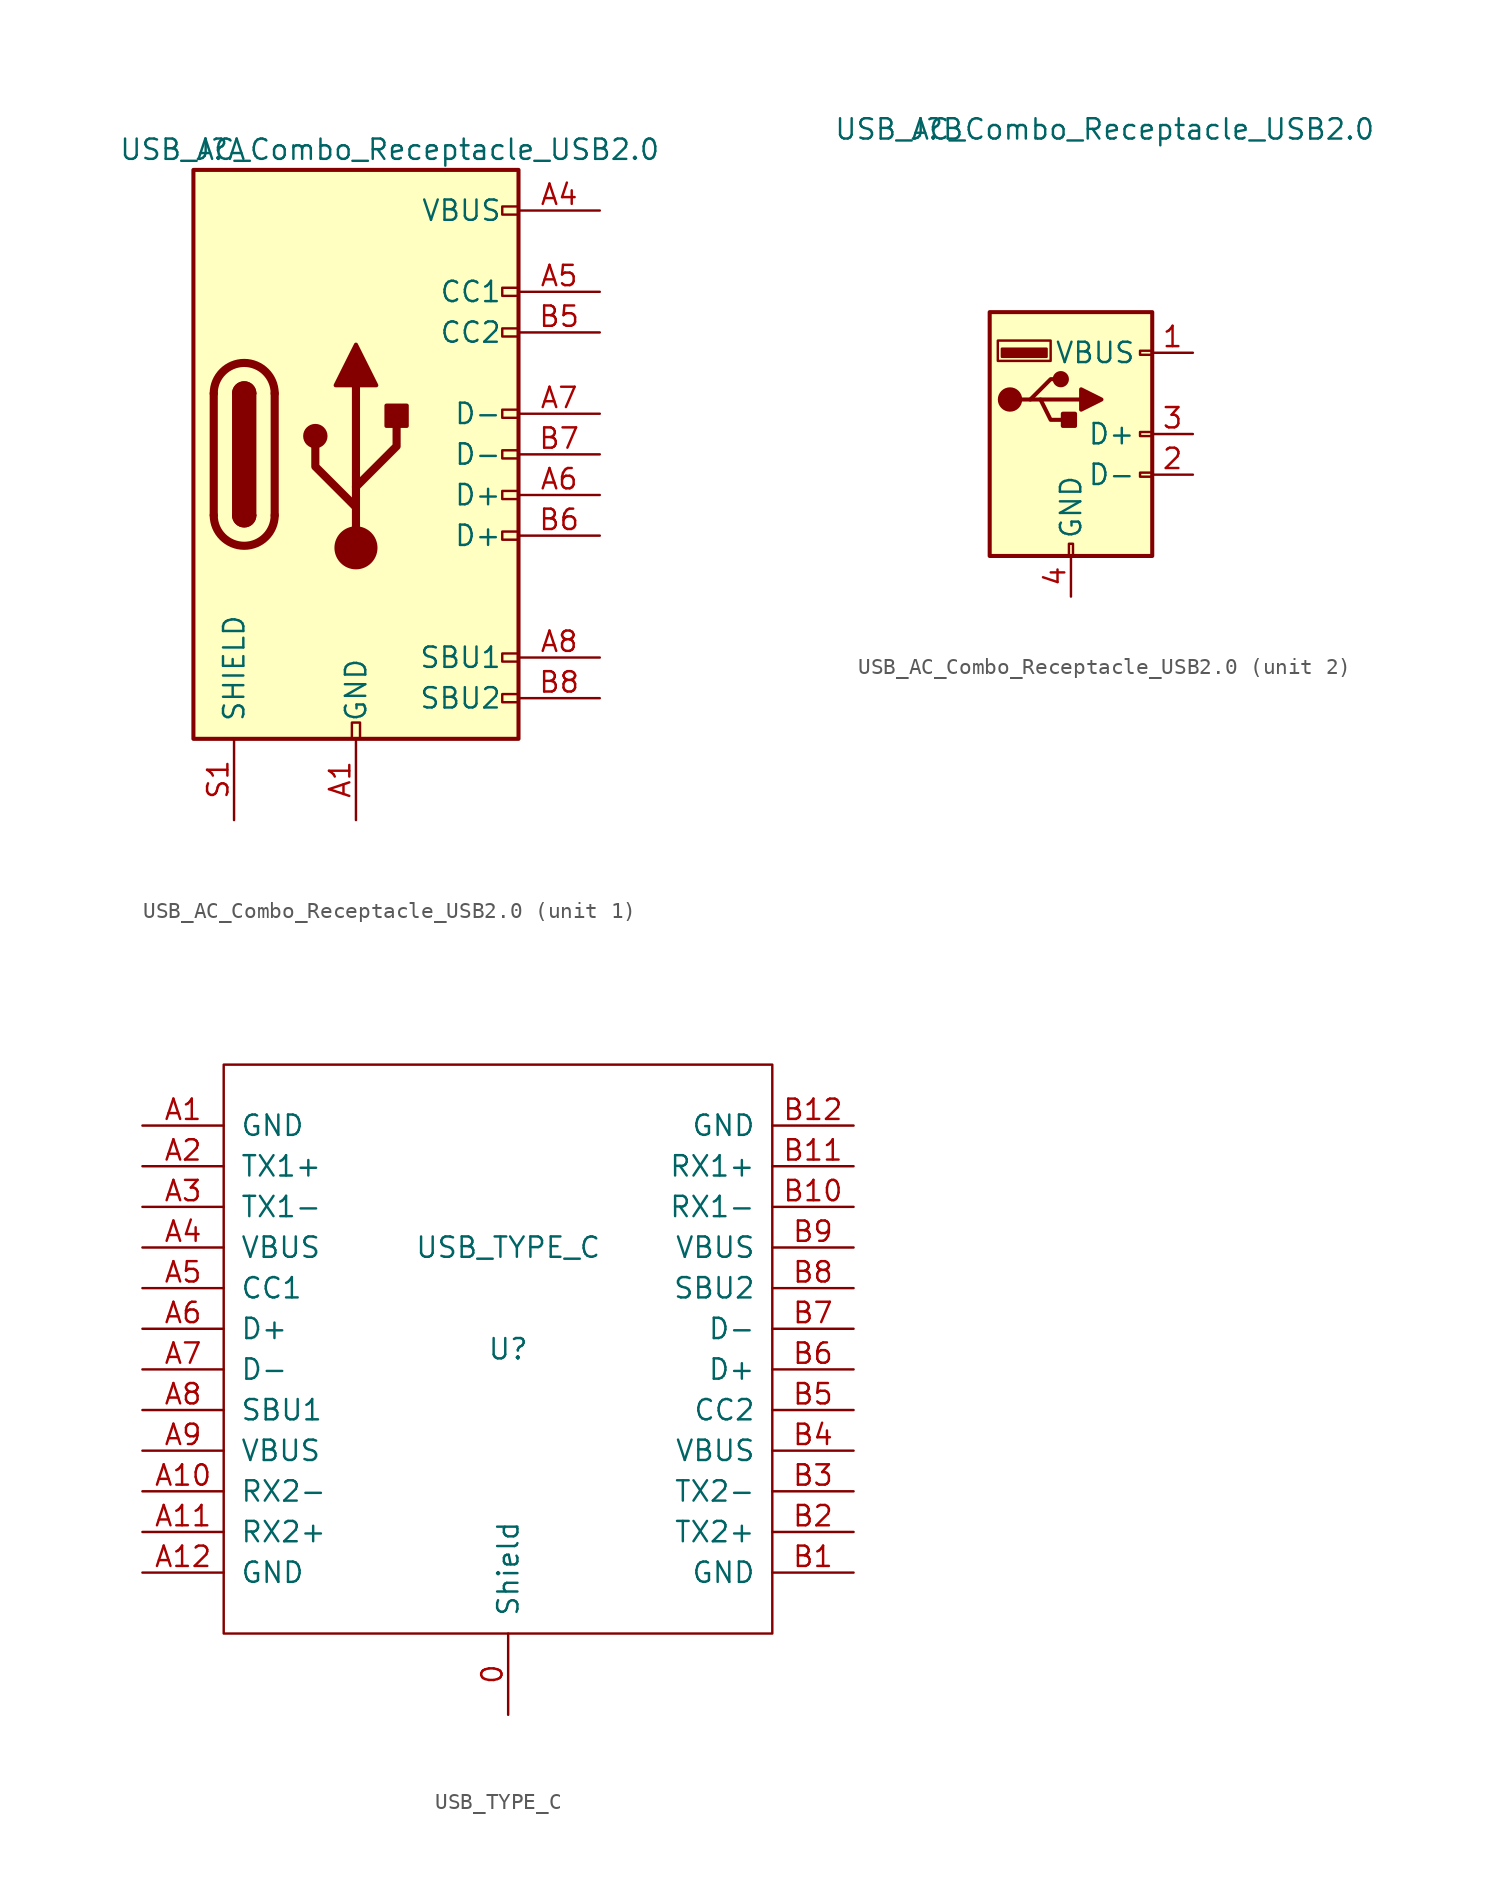
<source format=kicad_sym>
(kicad_symbol_lib
  (version 20211014)
  (generator kicad_symbol_editor)
  (symbol "USB_AC_Combo_Receptacle_USB2.0"
    (pin_names
      (offset 1.016))
    (property "Reference" "J"
      (at -10.16 19.05 0)
      (effects (font (size 1.27 1.27)) (justify left)))
    (property "Value" "USB_AC_Combo_Receptacle_USB2.0"
      (at 19.05 19.05 0)
      (effects (font (size 1.27 1.27)) (justify right)))
    (property "ki_locked" ""
      (at 0 0 0)
      (effects (font (size 1.27 1.27))))
    (symbol "USB_AC_Combo_Receptacle_USB2.0_1_0"
      (rectangle (start -0.254 -17.78) (end 0.254 -16.764) (stroke (width 0) (type default) (color 0 0 0 0)) (fill (type none)))
      (rectangle (start 10.16 -14.986) (end 9.144 -15.494) (stroke (width 0) (type default) (color 0 0 0 0)) (fill (type none)))
      (rectangle (start 10.16 -12.446) (end 9.144 -12.954) (stroke (width 0) (type default) (color 0 0 0 0)) (fill (type none)))
      (rectangle (start 10.16 -4.826) (end 9.144 -5.334) (stroke (width 0) (type default) (color 0 0 0 0)) (fill (type none)))
      (rectangle (start 10.16 -2.286) (end 9.144 -2.794) (stroke (width 0) (type default) (color 0 0 0 0)) (fill (type none)))
      (rectangle (start 10.16 0.254) (end 9.144 -0.254) (stroke (width 0) (type default) (color 0 0 0 0)) (fill (type none)))
      (rectangle (start 10.16 2.794) (end 9.144 2.286) (stroke (width 0) (type default) (color 0 0 0 0)) (fill (type none)))
      (rectangle (start 10.16 7.874) (end 9.144 7.366) (stroke (width 0) (type default) (color 0 0 0 0)) (fill (type none)))
      (rectangle (start 10.16 10.414) (end 9.144 9.906) (stroke (width 0) (type default) (color 0 0 0 0)) (fill (type none)))
      (rectangle (start 10.16 15.494) (end 9.144 14.986) (stroke (width 0) (type default) (color 0 0 0 0)) (fill (type none))))
    (symbol "USB_AC_Combo_Receptacle_USB2.0_1_1"
      (rectangle (start -10.16 17.78) (end 10.16 -17.78) (stroke (width 0.254) (type default) (color 0 0 0 0)) (fill (type background)))
      (arc (start -8.89 -3.81) (mid -6.985 -5.715) (end -5.08 -3.81) (stroke (width 0.508) (type default) (color 0 0 0 0)) (fill (type none)))
      (arc (start -7.62 -3.81) (mid -6.985 -4.445) (end -6.35 -3.81) (stroke (width 0.254) (type default) (color 0 0 0 0)) (fill (type none)))
      (arc (start -7.62 -3.81) (mid -6.985 -4.445) (end -6.35 -3.81) (stroke (width 0.254) (type default) (color 0 0 0 0)) (fill (type outline)))
      (rectangle (start -7.62 -3.81) (end -6.35 3.81) (stroke (width 0.254) (type default) (color 0 0 0 0)) (fill (type outline)))
      (arc (start -6.35 3.81) (mid -6.985 4.445) (end -7.62 3.81) (stroke (width 0.254) (type default) (color 0 0 0 0)) (fill (type none)))
      (arc (start -6.35 3.81) (mid -6.985 4.445) (end -7.62 3.81) (stroke (width 0.254) (type default) (color 0 0 0 0)) (fill (type outline)))
      (arc (start -5.08 3.81) (mid -6.985 5.715) (end -8.89 3.81) (stroke (width 0.508) (type default) (color 0 0 0 0)) (fill (type none)))
      (circle (center -2.54 1.143) (radius 0.635) (stroke (width 0.254) (type default) (color 0 0 0 0)) (fill (type outline)))
      (circle (center 0 -5.842) (radius 1.27) (stroke (width 0) (type default) (color 0 0 0 0)) (fill (type outline)))
      (polyline (pts (xy -8.89 -3.81) (xy -8.89 3.81)) (stroke (width 0.508) (type default) (color 0 0 0 0)) (fill (type none)))
      (polyline (pts (xy -5.08 3.81) (xy -5.08 -3.81)) (stroke (width 0.508) (type default) (color 0 0 0 0)) (fill (type none)))
      (polyline (pts (xy 0 -5.842) (xy 0 4.318)) (stroke (width 0.508) (type default) (color 0 0 0 0)) (fill (type none)))
      (polyline (pts (xy 0 -3.302) (xy -2.54 -0.762) (xy -2.54 0.508)) (stroke (width 0.508) (type default) (color 0 0 0 0)) (fill (type none)))
      (polyline (pts (xy 0 -2.032) (xy 2.54 0.508) (xy 2.54 1.778)) (stroke (width 0.508) (type default) (color 0 0 0 0)) (fill (type none)))
      (polyline (pts (xy -1.27 4.318) (xy 0 6.858) (xy 1.27 4.318) (xy -1.27 4.318)) (stroke (width 0.254) (type default) (color 0 0 0 0)) (fill (type outline)))
      (rectangle (start 1.905 1.778) (end 3.175 3.048) (stroke (width 0.254) (type default) (color 0 0 0 0)) (fill (type outline)))
      (pin power_in line (at 0 -22.86 90) (length 5.08) (name "GND" (effects (font (size 1.27 1.27)))) (number "A1" (effects (font (size 1.27 1.27)))))
      (pin passive line (at 0 -22.86 90) (length 5.08) hide (name "GND" (effects (font (size 1.27 1.27)))) (number "A12" (effects (font (size 1.27 1.27)))))
      (pin power_in line (at 15.24 15.24 180) (length 5.08) (name "VBUS" (effects (font (size 1.27 1.27)))) (number "A4" (effects (font (size 1.27 1.27)))))
      (pin bidirectional line (at 15.24 10.16 180) (length 5.08) (name "CC1" (effects (font (size 1.27 1.27)))) (number "A5" (effects (font (size 1.27 1.27)))))
      (pin bidirectional line (at 15.24 -2.54 180) (length 5.08) (name "D+" (effects (font (size 1.27 1.27)))) (number "A6" (effects (font (size 1.27 1.27)))))
      (pin bidirectional line (at 15.24 2.54 180) (length 5.08) (name "D-" (effects (font (size 1.27 1.27)))) (number "A7" (effects (font (size 1.27 1.27)))))
      (pin bidirectional line (at 15.24 -12.7 180) (length 5.08) (name "SBU1" (effects (font (size 1.27 1.27)))) (number "A8" (effects (font (size 1.27 1.27)))))
      (pin passive line (at 15.24 15.24 180) (length 5.08) hide (name "VBUS" (effects (font (size 1.27 1.27)))) (number "A9" (effects (font (size 1.27 1.27)))))
      (pin passive line (at 0 -22.86 90) (length 5.08) hide (name "GND" (effects (font (size 1.27 1.27)))) (number "B1" (effects (font (size 1.27 1.27)))))
      (pin passive line (at 0 -22.86 90) (length 5.08) hide (name "GND" (effects (font (size 1.27 1.27)))) (number "B12" (effects (font (size 1.27 1.27)))))
      (pin passive line (at 15.24 15.24 180) (length 5.08) hide (name "VBUS" (effects (font (size 1.27 1.27)))) (number "B4" (effects (font (size 1.27 1.27)))))
      (pin bidirectional line (at 15.24 7.62 180) (length 5.08) (name "CC2" (effects (font (size 1.27 1.27)))) (number "B5" (effects (font (size 1.27 1.27)))))
      (pin bidirectional line (at 15.24 -5.08 180) (length 5.08) (name "D+" (effects (font (size 1.27 1.27)))) (number "B6" (effects (font (size 1.27 1.27)))))
      (pin bidirectional line (at 15.24 0 180) (length 5.08) (name "D-" (effects (font (size 1.27 1.27)))) (number "B7" (effects (font (size 1.27 1.27)))))
      (pin bidirectional line (at 15.24 -15.24 180) (length 5.08) (name "SBU2" (effects (font (size 1.27 1.27)))) (number "B8" (effects (font (size 1.27 1.27)))))
      (pin passive line (at 15.24 15.24 180) (length 5.08) hide (name "VBUS" (effects (font (size 1.27 1.27)))) (number "B9" (effects (font (size 1.27 1.27)))))
      (pin passive line (at -7.62 -22.86 90) (length 5.08) (name "SHIELD" (effects (font (size 1.27 1.27)))) (number "S1" (effects (font (size 1.27 1.27)))))
      (pin passive line (at -7.62 -22.86 90) (length 5.08) hide (name "SHIELD" (effects (font (size 1.27 1.27)))) (number "S2" (effects (font (size 1.27 1.27))))))
    (symbol "USB_AC_Combo_Receptacle_USB2.0_2_1"
      (rectangle (start -5.08 -7.62) (end 5.08 7.62) (stroke (width 0.254) (type default) (color 0 0 0 0)) (fill (type background)))
      (circle (center -3.81 2.159) (radius 0.635) (stroke (width 0.254) (type default) (color 0 0 0 0)) (fill (type outline)))
      (rectangle (start -1.524 4.826) (end -4.318 5.334) (stroke (width 0) (type default) (color 0 0 0 0)) (fill (type outline)))
      (rectangle (start -1.27 4.572) (end -4.572 5.842) (stroke (width 0) (type default) (color 0 0 0 0)) (fill (type none)))
      (circle (center -0.635 3.429) (radius 0.381) (stroke (width 0.254) (type default) (color 0 0 0 0)) (fill (type outline)))
      (rectangle (start -0.127 -7.62) (end 0.127 -6.858) (stroke (width 0) (type default) (color 0 0 0 0)) (fill (type none)))
      (polyline (pts (xy -1.905 2.159) (xy 0.635 2.159)) (stroke (width 0.254) (type default) (color 0 0 0 0)) (fill (type none)))
      (polyline (pts (xy -3.175 2.159) (xy -2.54 2.159) (xy -1.27 3.429) (xy -0.635 3.429)) (stroke (width 0.254) (type default) (color 0 0 0 0)) (fill (type none)))
      (polyline (pts (xy -2.54 2.159) (xy -1.905 2.159) (xy -1.27 0.889) (xy 0 0.889)) (stroke (width 0.254) (type default) (color 0 0 0 0)) (fill (type none)))
      (polyline (pts (xy 0.635 2.794) (xy 0.635 1.524) (xy 1.905 2.159) (xy 0.635 2.794)) (stroke (width 0.254) (type default) (color 0 0 0 0)) (fill (type outline)))
      (rectangle (start 0.254 1.27) (end -0.508 0.508) (stroke (width 0.254) (type default) (color 0 0 0 0)) (fill (type outline)))
      (rectangle (start 5.08 -2.667) (end 4.318 -2.413) (stroke (width 0) (type default) (color 0 0 0 0)) (fill (type none)))
      (rectangle (start 5.08 -0.127) (end 4.318 0.127) (stroke (width 0) (type default) (color 0 0 0 0)) (fill (type none)))
      (rectangle (start 5.08 4.953) (end 4.318 5.207) (stroke (width 0) (type default) (color 0 0 0 0)) (fill (type none)))
      (pin power_in line (at 7.62 5.08 180) (length 2.54) (name "VBUS" (effects (font (size 1.27 1.27)))) (number "1" (effects (font (size 1.27 1.27)))))
      (pin passive line (at 7.62 -2.54 180) (length 2.54) (name "D-" (effects (font (size 1.27 1.27)))) (number "2" (effects (font (size 1.27 1.27)))))
      (pin passive line (at 7.62 0 180) (length 2.54) (name "D+" (effects (font (size 1.27 1.27)))) (number "3" (effects (font (size 1.27 1.27)))))
      (pin power_in line (at 0 -10.16 90) (length 2.54) (name "GND" (effects (font (size 1.27 1.27)))) (number "4" (effects (font (size 1.27 1.27)))))))
  (symbol "USB_TYPE_C"
    (pin_names
      (offset 1.016))
    (property "Reference" "U"
      (at 0 0 0)
      (effects (font (size 1.27 1.27))))
    (property "Value" "USB_TYPE_C"
      (at 0 6.35 0)
      (effects (font (size 1.27 1.27))))
    (symbol "USB_TYPE_C_0_1"
      (rectangle (start -17.78 17.78) (end 16.51 -17.78) (stroke (width 0) (type default) (color 0 0 0 0)) (fill (type none))))
    (symbol "USB_TYPE_C_1_1"
      (pin passive line (at 0 -22.86 90) (length 5.08) (name "Shield" (effects (font (size 1.27 1.27)))) (number "0" (effects (font (size 1.27 1.27)))))
      (pin input line (at -22.86 13.97 0) (length 5.08) (name "GND" (effects (font (size 1.27 1.27)))) (number "A1" (effects (font (size 1.27 1.27)))))
      (pin input line (at -22.86 -8.89 0) (length 5.08) (name "RX2-" (effects (font (size 1.27 1.27)))) (number "A10" (effects (font (size 1.27 1.27)))))
      (pin input line (at -22.86 -11.43 0) (length 5.08) (name "RX2+" (effects (font (size 1.27 1.27)))) (number "A11" (effects (font (size 1.27 1.27)))))
      (pin input line (at -22.86 -13.97 0) (length 5.08) (name "GND" (effects (font (size 1.27 1.27)))) (number "A12" (effects (font (size 1.27 1.27)))))
      (pin input line (at -22.86 11.43 0) (length 5.08) (name "TX1+" (effects (font (size 1.27 1.27)))) (number "A2" (effects (font (size 1.27 1.27)))))
      (pin input line (at -22.86 8.89 0) (length 5.08) (name "TX1-" (effects (font (size 1.27 1.27)))) (number "A3" (effects (font (size 1.27 1.27)))))
      (pin input line (at -22.86 6.35 0) (length 5.08) (name "VBUS" (effects (font (size 1.27 1.27)))) (number "A4" (effects (font (size 1.27 1.27)))))
      (pin input line (at -22.86 3.81 0) (length 5.08) (name "CC1" (effects (font (size 1.27 1.27)))) (number "A5" (effects (font (size 1.27 1.27)))))
      (pin input line (at -22.86 1.27 0) (length 5.08) (name "D+" (effects (font (size 1.27 1.27)))) (number "A6" (effects (font (size 1.27 1.27)))))
      (pin input line (at -22.86 -1.27 0) (length 5.08) (name "D-" (effects (font (size 1.27 1.27)))) (number "A7" (effects (font (size 1.27 1.27)))))
      (pin input line (at -22.86 -3.81 0) (length 5.08) (name "SBU1" (effects (font (size 1.27 1.27)))) (number "A8" (effects (font (size 1.27 1.27)))))
      (pin input line (at -22.86 -6.35 0) (length 5.08) (name "VBUS" (effects (font (size 1.27 1.27)))) (number "A9" (effects (font (size 1.27 1.27)))))
      (pin input line (at 21.59 -13.97 180) (length 5.08) (name "GND" (effects (font (size 1.27 1.27)))) (number "B1" (effects (font (size 1.27 1.27)))))
      (pin input line (at 21.59 8.89 180) (length 5.08) (name "RX1-" (effects (font (size 1.27 1.27)))) (number "B10" (effects (font (size 1.27 1.27)))))
      (pin input line (at 21.59 11.43 180) (length 5.08) (name "RX1+" (effects (font (size 1.27 1.27)))) (number "B11" (effects (font (size 1.27 1.27)))))
      (pin input line (at 21.59 13.97 180) (length 5.08) (name "GND" (effects (font (size 1.27 1.27)))) (number "B12" (effects (font (size 1.27 1.27)))))
      (pin input line (at 21.59 -11.43 180) (length 5.08) (name "TX2+" (effects (font (size 1.27 1.27)))) (number "B2" (effects (font (size 1.27 1.27)))))
      (pin input line (at 21.59 -8.89 180) (length 5.08) (name "TX2-" (effects (font (size 1.27 1.27)))) (number "B3" (effects (font (size 1.27 1.27)))))
      (pin input line (at 21.59 -6.35 180) (length 5.08) (name "VBUS" (effects (font (size 1.27 1.27)))) (number "B4" (effects (font (size 1.27 1.27)))))
      (pin input line (at 21.59 -3.81 180) (length 5.08) (name "CC2" (effects (font (size 1.27 1.27)))) (number "B5" (effects (font (size 1.27 1.27)))))
      (pin input line (at 21.59 -1.27 180) (length 5.08) (name "D+" (effects (font (size 1.27 1.27)))) (number "B6" (effects (font (size 1.27 1.27)))))
      (pin input line (at 21.59 1.27 180) (length 5.08) (name "D-" (effects (font (size 1.27 1.27)))) (number "B7" (effects (font (size 1.27 1.27)))))
      (pin input line (at 21.59 3.81 180) (length 5.08) (name "SBU2" (effects (font (size 1.27 1.27)))) (number "B8" (effects (font (size 1.27 1.27)))))
      (pin input line (at 21.59 6.35 180) (length 5.08) (name "VBUS" (effects (font (size 1.27 1.27)))) (number "B9" (effects (font (size 1.27 1.27))))))))
</source>
